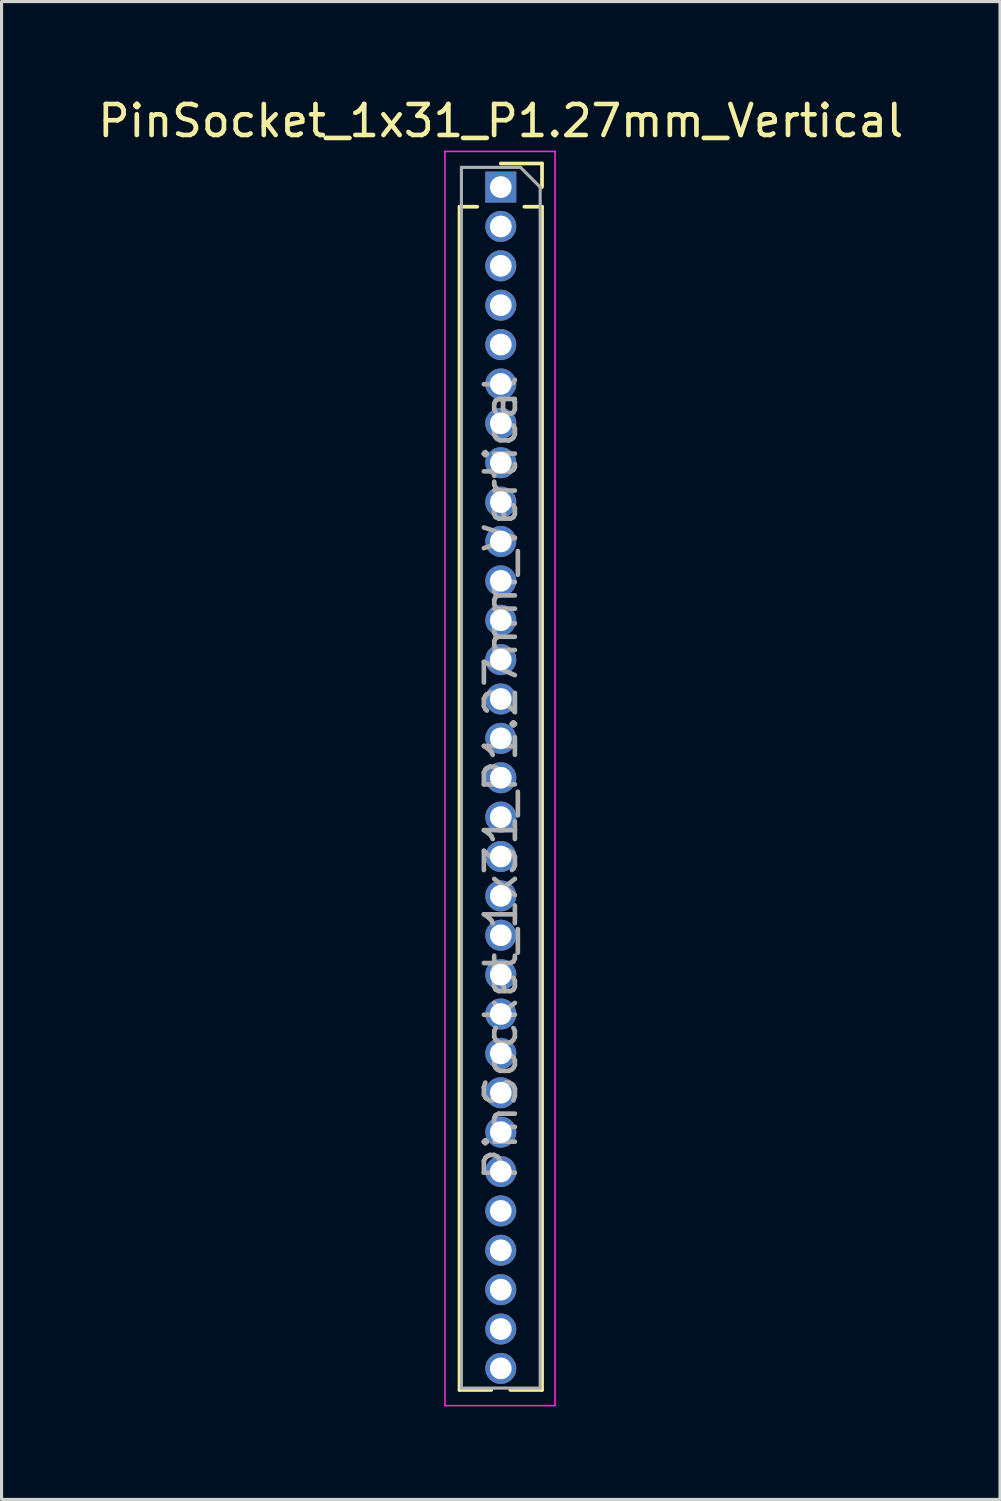
<source format=kicad_pcb>
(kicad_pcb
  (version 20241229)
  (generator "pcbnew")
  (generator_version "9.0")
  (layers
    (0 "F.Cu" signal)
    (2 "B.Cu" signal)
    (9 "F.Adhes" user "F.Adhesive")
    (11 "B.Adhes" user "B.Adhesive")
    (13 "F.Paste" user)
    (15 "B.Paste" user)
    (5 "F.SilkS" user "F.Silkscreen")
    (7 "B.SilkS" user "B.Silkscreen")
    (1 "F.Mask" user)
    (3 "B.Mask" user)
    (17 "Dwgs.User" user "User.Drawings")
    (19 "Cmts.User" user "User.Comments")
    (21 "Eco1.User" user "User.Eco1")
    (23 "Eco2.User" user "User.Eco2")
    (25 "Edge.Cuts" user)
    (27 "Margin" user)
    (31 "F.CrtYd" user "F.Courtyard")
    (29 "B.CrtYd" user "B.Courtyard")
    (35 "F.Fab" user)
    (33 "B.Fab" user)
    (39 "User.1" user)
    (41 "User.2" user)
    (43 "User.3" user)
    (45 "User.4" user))
  (footprint "PinSocket_1x31_P1.27mm_Vertical"
    (layer "F.Cu")
    (at 13.101 2.983)
    (property "Reference" "PinSocket_1x31_P1.27mm_Vertical" (at 0 -2.135 0) (layer "F.SilkS") (effects (font (size 1 1) (thickness 0.15))))
    (attr through_hole)
    (fp_line (start -1.33 0.635) (end -1.33 38.795) (stroke (width 0.12) (type solid)) (layer "F.SilkS"))
    (fp_line (start -1.33 0.635) (end -0.76 0.635) (stroke (width 0.12) (type solid)) (layer "F.SilkS"))
    (fp_line (start -1.33 38.795) (end -0.308 38.795) (stroke (width 0.12) (type solid)) (layer "F.SilkS"))
    (fp_line (start 0 -0.76) (end 1.33 -0.76) (stroke (width 0.12) (type solid)) (layer "F.SilkS"))
    (fp_line (start 0.308 38.795) (end 1.33 38.795) (stroke (width 0.12) (type solid)) (layer "F.SilkS"))
    (fp_line (start 0.76 0.635) (end 1.33 0.635) (stroke (width 0.12) (type solid)) (layer "F.SilkS"))
    (fp_line (start 1.33 -0.76) (end 1.33 0) (stroke (width 0.12) (type solid)) (layer "F.SilkS"))
    (fp_line (start 1.33 0.635) (end 1.33 38.795) (stroke (width 0.12) (type solid)) (layer "F.SilkS"))
    (fp_line (start -1.8 -1.15) (end 1.75 -1.15) (stroke (width 0.05) (type solid)) (layer "F.CrtYd"))
    (fp_line (start -1.8 39.3) (end -1.8 -1.15) (stroke (width 0.05) (type solid)) (layer "F.CrtYd"))
    (fp_line (start 1.75 -1.15) (end 1.75 39.3) (stroke (width 0.05) (type solid)) (layer "F.CrtYd"))
    (fp_line (start 1.75 39.3) (end -1.8 39.3) (stroke (width 0.05) (type solid)) (layer "F.CrtYd"))
    (fp_line (start -1.27 -0.635) (end 0.635 -0.635) (stroke (width 0.1) (type solid)) (layer "F.Fab"))
    (fp_line (start -1.27 38.735) (end -1.27 -0.635) (stroke (width 0.1) (type solid)) (layer "F.Fab"))
    (fp_line (start 0.635 -0.635) (end 1.27 0) (stroke (width 0.1) (type solid)) (layer "F.Fab"))
    (fp_line (start 1.27 0) (end 1.27 38.735) (stroke (width 0.1) (type solid)) (layer "F.Fab"))
    (fp_line (start 1.27 38.735) (end -1.27 38.735) (stroke (width 0.1) (type solid)) (layer "F.Fab"))
    (fp_text user "${REFERENCE}" (at 0 19.05 90) (layer "F.Fab") (effects (font (size 1 1) (thickness 0.15))))
    (pad "1" thru_hole rect (at 0 0) (size 1 1) (drill 0.7) (layers "*.Cu" "*.Mask"))
    (pad "2" thru_hole circle (at 0 1.27) (size 1 1) (drill 0.7) (layers "*.Cu" "*.Mask"))
    (pad "3" thru_hole circle (at 0 2.54) (size 1 1) (drill 0.7) (layers "*.Cu" "*.Mask"))
    (pad "4" thru_hole circle (at 0 3.81) (size 1 1) (drill 0.7) (layers "*.Cu" "*.Mask"))
    (pad "5" thru_hole circle (at 0 5.08) (size 1 1) (drill 0.7) (layers "*.Cu" "*.Mask"))
    (pad "6" thru_hole circle (at 0 6.35) (size 1 1) (drill 0.7) (layers "*.Cu" "*.Mask"))
    (pad "7" thru_hole circle (at 0 7.62) (size 1 1) (drill 0.7) (layers "*.Cu" "*.Mask"))
    (pad "8" thru_hole circle (at 0 8.89) (size 1 1) (drill 0.7) (layers "*.Cu" "*.Mask"))
    (pad "9" thru_hole circle (at 0 10.16) (size 1 1) (drill 0.7) (layers "*.Cu" "*.Mask"))
    (pad "10" thru_hole circle (at 0 11.43) (size 1 1) (drill 0.7) (layers "*.Cu" "*.Mask"))
    (pad "11" thru_hole circle (at 0 12.7) (size 1 1) (drill 0.7) (layers "*.Cu" "*.Mask"))
    (pad "12" thru_hole circle (at 0 13.97) (size 1 1) (drill 0.7) (layers "*.Cu" "*.Mask"))
    (pad "13" thru_hole circle (at 0 15.24) (size 1 1) (drill 0.7) (layers "*.Cu" "*.Mask"))
    (pad "14" thru_hole circle (at 0 16.51) (size 1 1) (drill 0.7) (layers "*.Cu" "*.Mask"))
    (pad "15" thru_hole circle (at 0 17.78) (size 1 1) (drill 0.7) (layers "*.Cu" "*.Mask"))
    (pad "16" thru_hole circle (at 0 19.05) (size 1 1) (drill 0.7) (layers "*.Cu" "*.Mask"))
    (pad "17" thru_hole circle (at 0 20.32) (size 1 1) (drill 0.7) (layers "*.Cu" "*.Mask"))
    (pad "18" thru_hole circle (at 0 21.59) (size 1 1) (drill 0.7) (layers "*.Cu" "*.Mask"))
    (pad "19" thru_hole circle (at 0 22.86) (size 1 1) (drill 0.7) (layers "*.Cu" "*.Mask"))
    (pad "20" thru_hole circle (at 0 24.13) (size 1 1) (drill 0.7) (layers "*.Cu" "*.Mask"))
    (pad "21" thru_hole circle (at 0 25.4) (size 1 1) (drill 0.7) (layers "*.Cu" "*.Mask"))
    (pad "22" thru_hole circle (at 0 26.67) (size 1 1) (drill 0.7) (layers "*.Cu" "*.Mask"))
    (pad "23" thru_hole circle (at 0 27.94) (size 1 1) (drill 0.7) (layers "*.Cu" "*.Mask"))
    (pad "24" thru_hole circle (at 0 29.21) (size 1 1) (drill 0.7) (layers "*.Cu" "*.Mask"))
    (pad "25" thru_hole circle (at 0 30.48) (size 1 1) (drill 0.7) (layers "*.Cu" "*.Mask"))
    (pad "26" thru_hole circle (at 0 31.75) (size 1 1) (drill 0.7) (layers "*.Cu" "*.Mask"))
    (pad "27" thru_hole circle (at 0 33.02) (size 1 1) (drill 0.7) (layers "*.Cu" "*.Mask"))
    (pad "28" thru_hole circle (at 0 34.29) (size 1 1) (drill 0.7) (layers "*.Cu" "*.Mask"))
    (pad "29" thru_hole circle (at 0 35.56) (size 1 1) (drill 0.7) (layers "*.Cu" "*.Mask"))
    (pad "30" thru_hole circle (at 0 36.83) (size 1 1) (drill 0.7) (layers "*.Cu" "*.Mask"))
    (pad "31" thru_hole circle (at 0 38.1) (size 1 1) (drill 0.7) (layers "*.Cu" "*.Mask")))
  (gr_rect
    (start -3 -3)
    (end 29.202 45.308)
    (stroke (width 0.1) (type default))
    (fill no)
    (layer "Edge.Cuts")))
</source>
